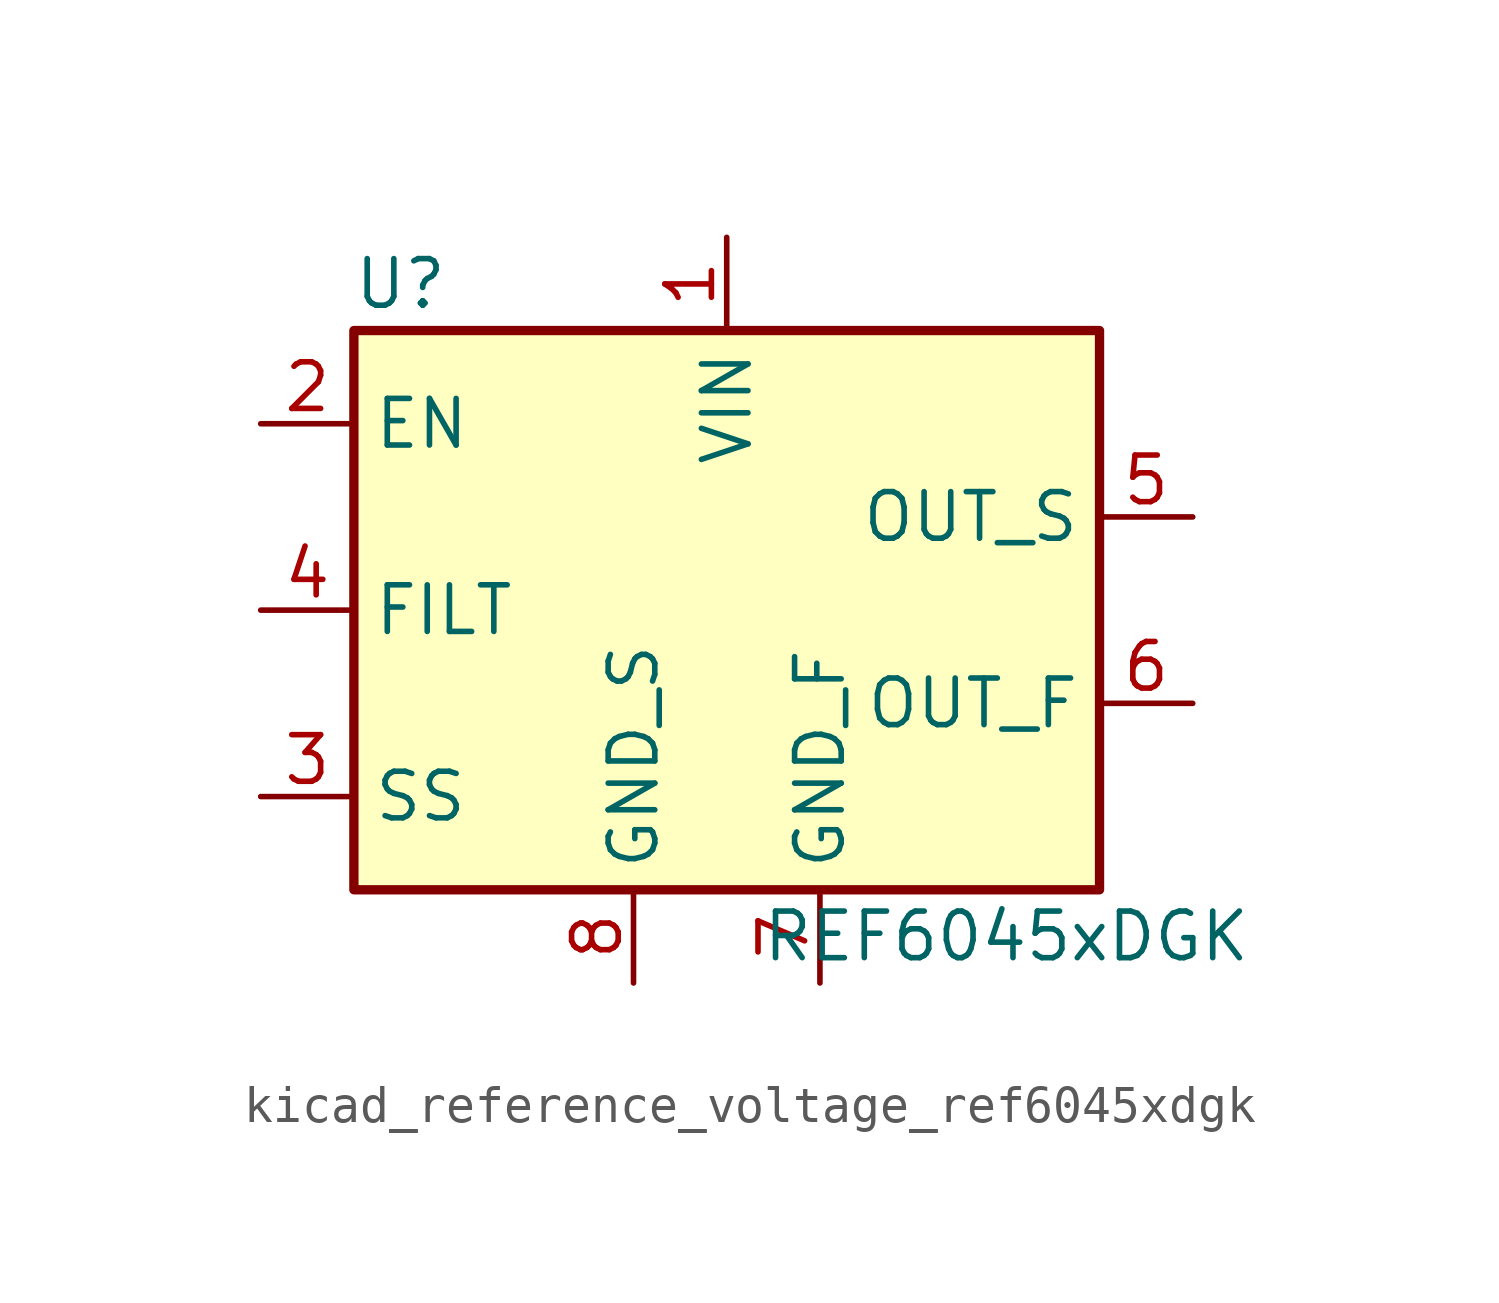
<source format=kicad_sym>
(kicad_symbol_lib
  (version 20220914)
  (generator kicad_symbol_editor)
  (symbol "kicad_reference_voltage_ref6045xdgk"
    (property "Reference" "U"
      (at -8.89 8.89 0)
      (effects (font (size 1.27 1.27))))
    (property "Value" "REF6045xDGK"
      (at 7.62 -8.89 0)
      (effects (font (size 1.27 1.27))))
    (symbol "kicad_reference_voltage_ref6045xdgk_0_1"
      (rectangle (start -10.16 7.62) (end 10.16 -7.62) (stroke (width 0.254) (type default)) (fill (type background))))
    (symbol "kicad_reference_voltage_ref6045xdgk_1_1"
      (pin power_in line (at 0 10.16 270) (length 2.54) (name "VIN" (effects (font (size 1.27 1.27)))) (number "1" (effects (font (size 1.27 1.27)))))
      (pin input line (at -12.7 5.08 0) (length 2.54) (name "EN" (effects (font (size 1.27 1.27)))) (number "2" (effects (font (size 1.27 1.27)))))
      (pin passive line (at -12.7 -5.08 0) (length 2.54) (name "SS" (effects (font (size 1.27 1.27)))) (number "3" (effects (font (size 1.27 1.27)))))
      (pin passive line (at -12.7 0 0) (length 2.54) (name "FILT" (effects (font (size 1.27 1.27)))) (number "4" (effects (font (size 1.27 1.27)))))
      (pin input line (at 12.7 2.54 180) (length 2.54) (name "OUT_S" (effects (font (size 1.27 1.27)))) (number "5" (effects (font (size 1.27 1.27)))))
      (pin output line (at 12.7 -2.54 180) (length 2.54) (name "OUT_F" (effects (font (size 1.27 1.27)))) (number "6" (effects (font (size 1.27 1.27)))))
      (pin power_in line (at 2.54 -10.16 90) (length 2.54) (name "GND_F" (effects (font (size 1.27 1.27)))) (number "7" (effects (font (size 1.27 1.27)))))
      (pin power_in line (at -2.54 -10.16 90) (length 2.54) (name "GND_S" (effects (font (size 1.27 1.27)))) (number "8" (effects (font (size 1.27 1.27))))))))
</source>
